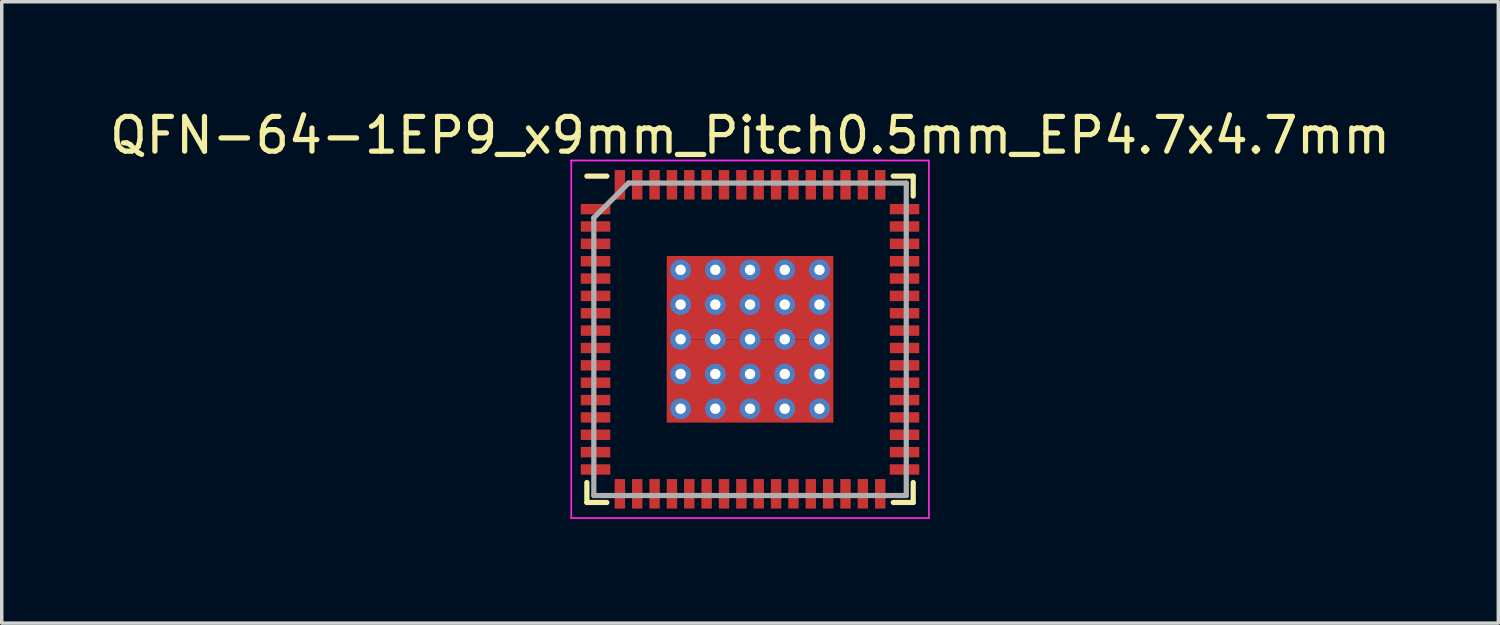
<source format=kicad_pcb>
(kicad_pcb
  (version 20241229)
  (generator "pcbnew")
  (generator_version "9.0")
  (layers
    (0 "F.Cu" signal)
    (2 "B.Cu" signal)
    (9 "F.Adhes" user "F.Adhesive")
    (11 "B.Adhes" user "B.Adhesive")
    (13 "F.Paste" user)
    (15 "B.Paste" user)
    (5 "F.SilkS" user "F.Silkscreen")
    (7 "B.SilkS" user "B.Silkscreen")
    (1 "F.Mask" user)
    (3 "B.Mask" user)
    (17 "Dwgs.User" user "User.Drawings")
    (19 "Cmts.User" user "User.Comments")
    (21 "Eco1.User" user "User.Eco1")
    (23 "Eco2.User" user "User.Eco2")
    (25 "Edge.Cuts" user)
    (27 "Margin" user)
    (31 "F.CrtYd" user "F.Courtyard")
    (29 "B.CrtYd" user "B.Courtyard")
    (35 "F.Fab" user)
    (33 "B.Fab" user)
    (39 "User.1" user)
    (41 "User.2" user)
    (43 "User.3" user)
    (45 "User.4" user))
  (footprint "QFN-64-1EP9_x9mm_Pitch0.5mm_EP4.7x4.7mm"
    (layer "F.Cu")
    (at 18.554 6.723)
    (property "Reference" "QFN-64-1EP9_x9mm_Pitch0.5mm_EP4.7x4.7mm" (at 0 -5.875 0) (layer "F.SilkS") (effects (font (size 1 1) (thickness 0.15))))
    (attr smd)
    (fp_line (start -4.7 -4.7) (end -4.125 -4.7) (stroke (width 0.15) (type solid)) (layer "F.SilkS"))
    (fp_line (start -4.7 4.7) (end -4.7 4.125) (stroke (width 0.15) (type solid)) (layer "F.SilkS"))
    (fp_line (start -4.7 4.7) (end -4.125 4.7) (stroke (width 0.15) (type solid)) (layer "F.SilkS"))
    (fp_line (start 4.7 -4.7) (end 4.125 -4.7) (stroke (width 0.15) (type solid)) (layer "F.SilkS"))
    (fp_line (start 4.7 -4.7) (end 4.7 -4.125) (stroke (width 0.15) (type solid)) (layer "F.SilkS"))
    (fp_line (start 4.7 4.7) (end 4.125 4.7) (stroke (width 0.15) (type solid)) (layer "F.SilkS"))
    (fp_line (start 4.7 4.7) (end 4.7 4.125) (stroke (width 0.15) (type solid)) (layer "F.SilkS"))
    (fp_line (start -5.15 -5.15) (end -5.15 5.15) (stroke (width 0.05) (type solid)) (layer "F.CrtYd"))
    (fp_line (start -5.15 -5.15) (end 5.15 -5.15) (stroke (width 0.05) (type solid)) (layer "F.CrtYd"))
    (fp_line (start -5.15 5.15) (end 5.15 5.15) (stroke (width 0.05) (type solid)) (layer "F.CrtYd"))
    (fp_line (start 5.15 -5.15) (end 5.15 5.15) (stroke (width 0.05) (type solid)) (layer "F.CrtYd"))
    (fp_line (start -4.5 -3.5) (end -3.5 -4.5) (stroke (width 0.15) (type solid)) (layer "F.Fab"))
    (fp_line (start -4.5 4.5) (end -4.5 -3.5) (stroke (width 0.15) (type solid)) (layer "F.Fab"))
    (fp_line (start -3.5 -4.5) (end 4.5 -4.5) (stroke (width 0.15) (type solid)) (layer "F.Fab"))
    (fp_line (start 4.5 -4.5) (end 4.5 4.5) (stroke (width 0.15) (type solid)) (layer "F.Fab"))
    (fp_line (start 4.5 4.5) (end -4.5 4.5) (stroke (width 0.15) (type solid)) (layer "F.Fab"))
    (pad "1" smd rect (at -4.45 -3.75) (size 0.85 0.3) (layers "F.Cu" "F.Mask" "F.Paste"))
    (pad "2" smd rect (at -4.45 -3.25) (size 0.85 0.3) (layers "F.Cu" "F.Mask" "F.Paste"))
    (pad "3" smd rect (at -4.45 -2.75) (size 0.85 0.3) (layers "F.Cu" "F.Mask" "F.Paste"))
    (pad "4" smd rect (at -4.45 -2.25) (size 0.85 0.3) (layers "F.Cu" "F.Mask" "F.Paste"))
    (pad "5" smd rect (at -4.45 -1.75) (size 0.85 0.3) (layers "F.Cu" "F.Mask" "F.Paste"))
    (pad "6" smd rect (at -4.45 -1.25) (size 0.85 0.3) (layers "F.Cu" "F.Mask" "F.Paste"))
    (pad "7" smd rect (at -4.45 -0.75) (size 0.85 0.3) (layers "F.Cu" "F.Mask" "F.Paste"))
    (pad "8" smd rect (at -4.45 -0.25) (size 0.85 0.3) (layers "F.Cu" "F.Mask" "F.Paste"))
    (pad "9" smd rect (at -4.45 0.25) (size 0.85 0.3) (layers "F.Cu" "F.Mask" "F.Paste"))
    (pad "10" smd rect (at -4.45 0.75) (size 0.85 0.3) (layers "F.Cu" "F.Mask" "F.Paste"))
    (pad "11" smd rect (at -4.45 1.25) (size 0.85 0.3) (layers "F.Cu" "F.Mask" "F.Paste"))
    (pad "12" smd rect (at -4.45 1.75) (size 0.85 0.3) (layers "F.Cu" "F.Mask" "F.Paste"))
    (pad "13" smd rect (at -4.45 2.25) (size 0.85 0.3) (layers "F.Cu" "F.Mask" "F.Paste"))
    (pad "14" smd rect (at -4.45 2.75) (size 0.85 0.3) (layers "F.Cu" "F.Mask" "F.Paste"))
    (pad "15" smd rect (at -4.45 3.25) (size 0.85 0.3) (layers "F.Cu" "F.Mask" "F.Paste"))
    (pad "16" smd rect (at -4.45 3.75) (size 0.85 0.3) (layers "F.Cu" "F.Mask" "F.Paste"))
    (pad "17" smd rect (at -3.75 4.45 90) (size 0.85 0.3) (layers "F.Cu" "F.Mask" "F.Paste"))
    (pad "18" smd rect (at -3.25 4.45 90) (size 0.85 0.3) (layers "F.Cu" "F.Mask" "F.Paste"))
    (pad "19" smd rect (at -2.75 4.45 90) (size 0.85 0.3) (layers "F.Cu" "F.Mask" "F.Paste"))
    (pad "20" smd rect (at -2.25 4.45 90) (size 0.85 0.3) (layers "F.Cu" "F.Mask" "F.Paste"))
    (pad "21" smd rect (at -1.75 4.45 90) (size 0.85 0.3) (layers "F.Cu" "F.Mask" "F.Paste"))
    (pad "22" smd rect (at -1.25 4.45 90) (size 0.85 0.3) (layers "F.Cu" "F.Mask" "F.Paste"))
    (pad "23" smd rect (at -0.75 4.45 90) (size 0.85 0.3) (layers "F.Cu" "F.Mask" "F.Paste"))
    (pad "24" smd rect (at -0.25 4.45 90) (size 0.85 0.3) (layers "F.Cu" "F.Mask" "F.Paste"))
    (pad "25" smd rect (at 0.25 4.45 90) (size 0.85 0.3) (layers "F.Cu" "F.Mask" "F.Paste"))
    (pad "26" smd rect (at 0.75 4.45 90) (size 0.85 0.3) (layers "F.Cu" "F.Mask" "F.Paste"))
    (pad "27" smd rect (at 1.25 4.45 90) (size 0.85 0.3) (layers "F.Cu" "F.Mask" "F.Paste"))
    (pad "28" smd rect (at 1.75 4.45 90) (size 0.85 0.3) (layers "F.Cu" "F.Mask" "F.Paste"))
    (pad "29" smd rect (at 2.25 4.45 90) (size 0.85 0.3) (layers "F.Cu" "F.Mask" "F.Paste"))
    (pad "30" smd rect (at 2.75 4.45 90) (size 0.85 0.3) (layers "F.Cu" "F.Mask" "F.Paste"))
    (pad "31" smd rect (at 3.25 4.45 90) (size 0.85 0.3) (layers "F.Cu" "F.Mask" "F.Paste"))
    (pad "32" smd rect (at 3.75 4.45 90) (size 0.85 0.3) (layers "F.Cu" "F.Mask" "F.Paste"))
    (pad "33" smd rect (at 4.45 3.75) (size 0.85 0.3) (layers "F.Cu" "F.Mask" "F.Paste"))
    (pad "34" smd rect (at 4.45 3.25) (size 0.85 0.3) (layers "F.Cu" "F.Mask" "F.Paste"))
    (pad "35" smd rect (at 4.45 2.75) (size 0.85 0.3) (layers "F.Cu" "F.Mask" "F.Paste"))
    (pad "36" smd rect (at 4.45 2.25) (size 0.85 0.3) (layers "F.Cu" "F.Mask" "F.Paste"))
    (pad "37" smd rect (at 4.45 1.75) (size 0.85 0.3) (layers "F.Cu" "F.Mask" "F.Paste"))
    (pad "38" smd rect (at 4.45 1.25) (size 0.85 0.3) (layers "F.Cu" "F.Mask" "F.Paste"))
    (pad "39" smd rect (at 4.45 0.75) (size 0.85 0.3) (layers "F.Cu" "F.Mask" "F.Paste"))
    (pad "40" smd rect (at 4.45 0.25) (size 0.85 0.3) (layers "F.Cu" "F.Mask" "F.Paste"))
    (pad "41" smd rect (at 4.45 -0.25) (size 0.85 0.3) (layers "F.Cu" "F.Mask" "F.Paste"))
    (pad "42" smd rect (at 4.45 -0.75) (size 0.85 0.3) (layers "F.Cu" "F.Mask" "F.Paste"))
    (pad "43" smd rect (at 4.45 -1.25) (size 0.85 0.3) (layers "F.Cu" "F.Mask" "F.Paste"))
    (pad "44" smd rect (at 4.45 -1.75) (size 0.85 0.3) (layers "F.Cu" "F.Mask" "F.Paste"))
    (pad "45" smd rect (at 4.45 -2.25) (size 0.85 0.3) (layers "F.Cu" "F.Mask" "F.Paste"))
    (pad "46" smd rect (at 4.45 -2.75) (size 0.85 0.3) (layers "F.Cu" "F.Mask" "F.Paste"))
    (pad "47" smd rect (at 4.45 -3.25) (size 0.85 0.3) (layers "F.Cu" "F.Mask" "F.Paste"))
    (pad "48" smd rect (at 4.45 -3.75) (size 0.85 0.3) (layers "F.Cu" "F.Mask" "F.Paste"))
    (pad "49" smd rect (at 3.75 -4.45 90) (size 0.85 0.3) (layers "F.Cu" "F.Mask" "F.Paste"))
    (pad "50" smd rect (at 3.25 -4.45 90) (size 0.85 0.3) (layers "F.Cu" "F.Mask" "F.Paste"))
    (pad "51" smd rect (at 2.75 -4.45 90) (size 0.85 0.3) (layers "F.Cu" "F.Mask" "F.Paste"))
    (pad "52" smd rect (at 2.25 -4.45 90) (size 0.85 0.3) (layers "F.Cu" "F.Mask" "F.Paste"))
    (pad "53" smd rect (at 1.75 -4.45 90) (size 0.85 0.3) (layers "F.Cu" "F.Mask" "F.Paste"))
    (pad "54" smd rect (at 1.25 -4.45 90) (size 0.85 0.3) (layers "F.Cu" "F.Mask" "F.Paste"))
    (pad "55" smd rect (at 0.75 -4.45 90) (size 0.85 0.3) (layers "F.Cu" "F.Mask" "F.Paste"))
    (pad "56" smd rect (at 0.25 -4.45 90) (size 0.85 0.3) (layers "F.Cu" "F.Mask" "F.Paste"))
    (pad "57" smd rect (at -0.25 -4.45 90) (size 0.85 0.3) (layers "F.Cu" "F.Mask" "F.Paste"))
    (pad "58" smd rect (at -0.75 -4.45 90) (size 0.85 0.3) (layers "F.Cu" "F.Mask" "F.Paste"))
    (pad "59" smd rect (at -1.25 -4.45 90) (size 0.85 0.3) (layers "F.Cu" "F.Mask" "F.Paste"))
    (pad "60" smd rect (at -1.75 -4.45 90) (size 0.85 0.3) (layers "F.Cu" "F.Mask" "F.Paste"))
    (pad "61" smd rect (at -2.25 -4.45 90) (size 0.85 0.3) (layers "F.Cu" "F.Mask" "F.Paste"))
    (pad "62" smd rect (at -2.75 -4.45 90) (size 0.85 0.3) (layers "F.Cu" "F.Mask" "F.Paste"))
    (pad "63" smd rect (at -3.25 -4.45 90) (size 0.85 0.3) (layers "F.Cu" "F.Mask" "F.Paste"))
    (pad "64" smd rect (at -3.75 -4.45 90) (size 0.85 0.3) (layers "F.Cu" "F.Mask" "F.Paste"))
    (pad "65" thru_hole circle (at -2 -2) (size 0.6 0.6) (drill 0.3) (layers "*.Cu" "*.Mask"))
    (pad "65" thru_hole circle (at -2 -1) (size 0.6 0.6) (drill 0.3) (layers "*.Cu" "*.Mask"))
    (pad "65" thru_hole circle (at -2 0) (size 0.6 0.6) (drill 0.3) (layers "*.Cu" "*.Mask"))
    (pad "65" thru_hole circle (at -2 1) (size 0.6 0.6) (drill 0.3) (layers "*.Cu" "*.Mask"))
    (pad "65" thru_hole circle (at -2 2) (size 0.6 0.6) (drill 0.3) (layers "*.Cu" "*.Mask"))
    (pad "65" smd rect (at -1.2 -1.2) (size 2.4 2.4) (layers "F.Cu" "F.Mask" "F.Paste"))
    (pad "65" smd rect (at -1.2 1.2) (size 2.4 2.4) (layers "F.Cu" "F.Mask" "F.Paste"))
    (pad "65" thru_hole circle (at -1 -2) (size 0.6 0.6) (drill 0.3) (layers "*.Cu" "*.Mask"))
    (pad "65" thru_hole circle (at -1 -1) (size 0.6 0.6) (drill 0.3) (layers "*.Cu" "*.Mask"))
    (pad "65" thru_hole circle (at -1 0) (size 0.6 0.6) (drill 0.3) (layers "*.Cu" "*.Mask"))
    (pad "65" thru_hole circle (at -1 1) (size 0.6 0.6) (drill 0.3) (layers "*.Cu" "*.Mask"))
    (pad "65" thru_hole circle (at -1 2) (size 0.6 0.6) (drill 0.3) (layers "*.Cu" "*.Mask"))
    (pad "65" thru_hole circle (at 0 -2) (size 0.6 0.6) (drill 0.3) (layers "*.Cu" "*.Mask"))
    (pad "65" thru_hole circle (at 0 -1) (size 0.6 0.6) (drill 0.3) (layers "*.Cu" "*.Mask"))
    (pad "65" thru_hole circle (at 0 0) (size 0.6 0.6) (drill 0.3) (layers "*.Cu" "*.Mask"))
    (pad "65" thru_hole circle (at 0 1) (size 0.6 0.6) (drill 0.3) (layers "*.Cu" "*.Mask"))
    (pad "65" thru_hole circle (at 0 2) (size 0.6 0.6) (drill 0.3) (layers "*.Cu" "*.Mask"))
    (pad "65" thru_hole circle (at 1 -2) (size 0.6 0.6) (drill 0.3) (layers "*.Cu" "*.Mask"))
    (pad "65" thru_hole circle (at 1 -1) (size 0.6 0.6) (drill 0.3) (layers "*.Cu" "*.Mask"))
    (pad "65" thru_hole circle (at 1 0) (size 0.6 0.6) (drill 0.3) (layers "*.Cu" "*.Mask"))
    (pad "65" thru_hole circle (at 1 1) (size 0.6 0.6) (drill 0.3) (layers "*.Cu" "*.Mask"))
    (pad "65" thru_hole circle (at 1 2) (size 0.6 0.6) (drill 0.3) (layers "*.Cu" "*.Mask"))
    (pad "65" smd rect (at 1.2 -1.2) (size 2.4 2.4) (layers "F.Cu" "F.Mask" "F.Paste"))
    (pad "65" smd rect (at 1.2 1.2) (size 2.4 2.4) (layers "F.Cu" "F.Mask" "F.Paste"))
    (pad "65" thru_hole circle (at 2 -2) (size 0.6 0.6) (drill 0.3) (layers "*.Cu" "*.Mask"))
    (pad "65" thru_hole circle (at 2 -1) (size 0.6 0.6) (drill 0.3) (layers "*.Cu" "*.Mask"))
    (pad "65" thru_hole circle (at 2 0) (size 0.6 0.6) (drill 0.3) (layers "*.Cu" "*.Mask"))
    (pad "65" thru_hole circle (at 2 1) (size 0.6 0.6) (drill 0.3) (layers "*.Cu" "*.Mask"))
    (pad "65" thru_hole circle (at 2 2) (size 0.6 0.6) (drill 0.3) (layers "*.Cu" "*.Mask")))
  (gr_rect
    (start -3 -3)
    (end 40.107 14.898)
    (stroke (width 0.1) (type default))
    (fill no)
    (layer "Edge.Cuts")))
</source>
